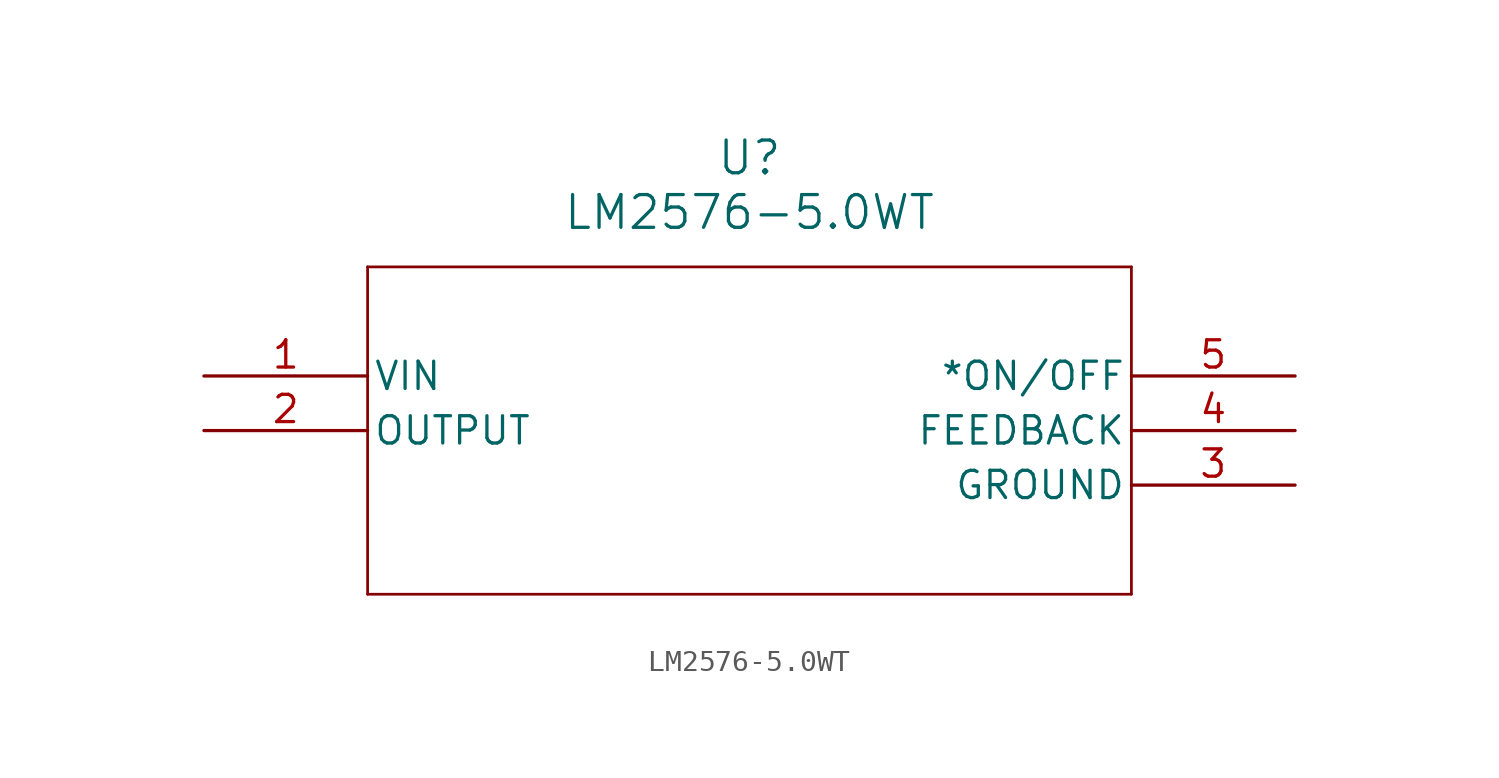
<source format=kicad_sym>
(kicad_symbol_lib
  (version 20211014)
  (generator kicad_symbol_editor)
  (symbol "LM2576-5.0WT"
    (pin_names
      (offset 0.254))
    (property "Reference" "U"
      (at 25.4 10.16 0)
      (effects (font (size 1.524 1.524))))
    (property "Value" "LM2576-5.0WT"
      (at 25.4 7.62 0)
      (effects (font (size 1.524 1.524))))
    (symbol "LM2576-5.0WT_0_1"
      (polyline (pts (xy 7.62 5.08) (xy 7.62 -10.16)) (stroke (width 0.127) (type default) (color 0 0 0 0)) (fill (type none)))
      (polyline (pts (xy 7.62 -10.16) (xy 43.18 -10.16)) (stroke (width 0.127) (type default) (color 0 0 0 0)) (fill (type none)))
      (polyline (pts (xy 43.18 -10.16) (xy 43.18 5.08)) (stroke (width 0.127) (type default) (color 0 0 0 0)) (fill (type none)))
      (polyline (pts (xy 43.18 5.08) (xy 7.62 5.08)) (stroke (width 0.127) (type default) (color 0 0 0 0)) (fill (type none)))
      (pin power_in line (at 0 0 0) (length 7.62) (name "VIN" (effects (font (size 1.27 1.27)))) (number "1" (effects (font (size 1.27 1.27)))))
      (pin output line (at 0 -2.54 0) (length 7.62) (name "OUTPUT" (effects (font (size 1.27 1.27)))) (number "2" (effects (font (size 1.27 1.27)))))
      (pin power_out line (at 50.8 -5.08 180) (length 7.62) (name "GROUND" (effects (font (size 1.27 1.27)))) (number "3" (effects (font (size 1.27 1.27)))))
      (pin input line (at 50.8 -2.54 180) (length 7.62) (name "FEEDBACK" (effects (font (size 1.27 1.27)))) (number "4" (effects (font (size 1.27 1.27)))))
      (pin input line (at 50.8 0 180) (length 7.62) (name "*ON/OFF" (effects (font (size 1.27 1.27)))) (number "5" (effects (font (size 1.27 1.27))))))))
</source>
